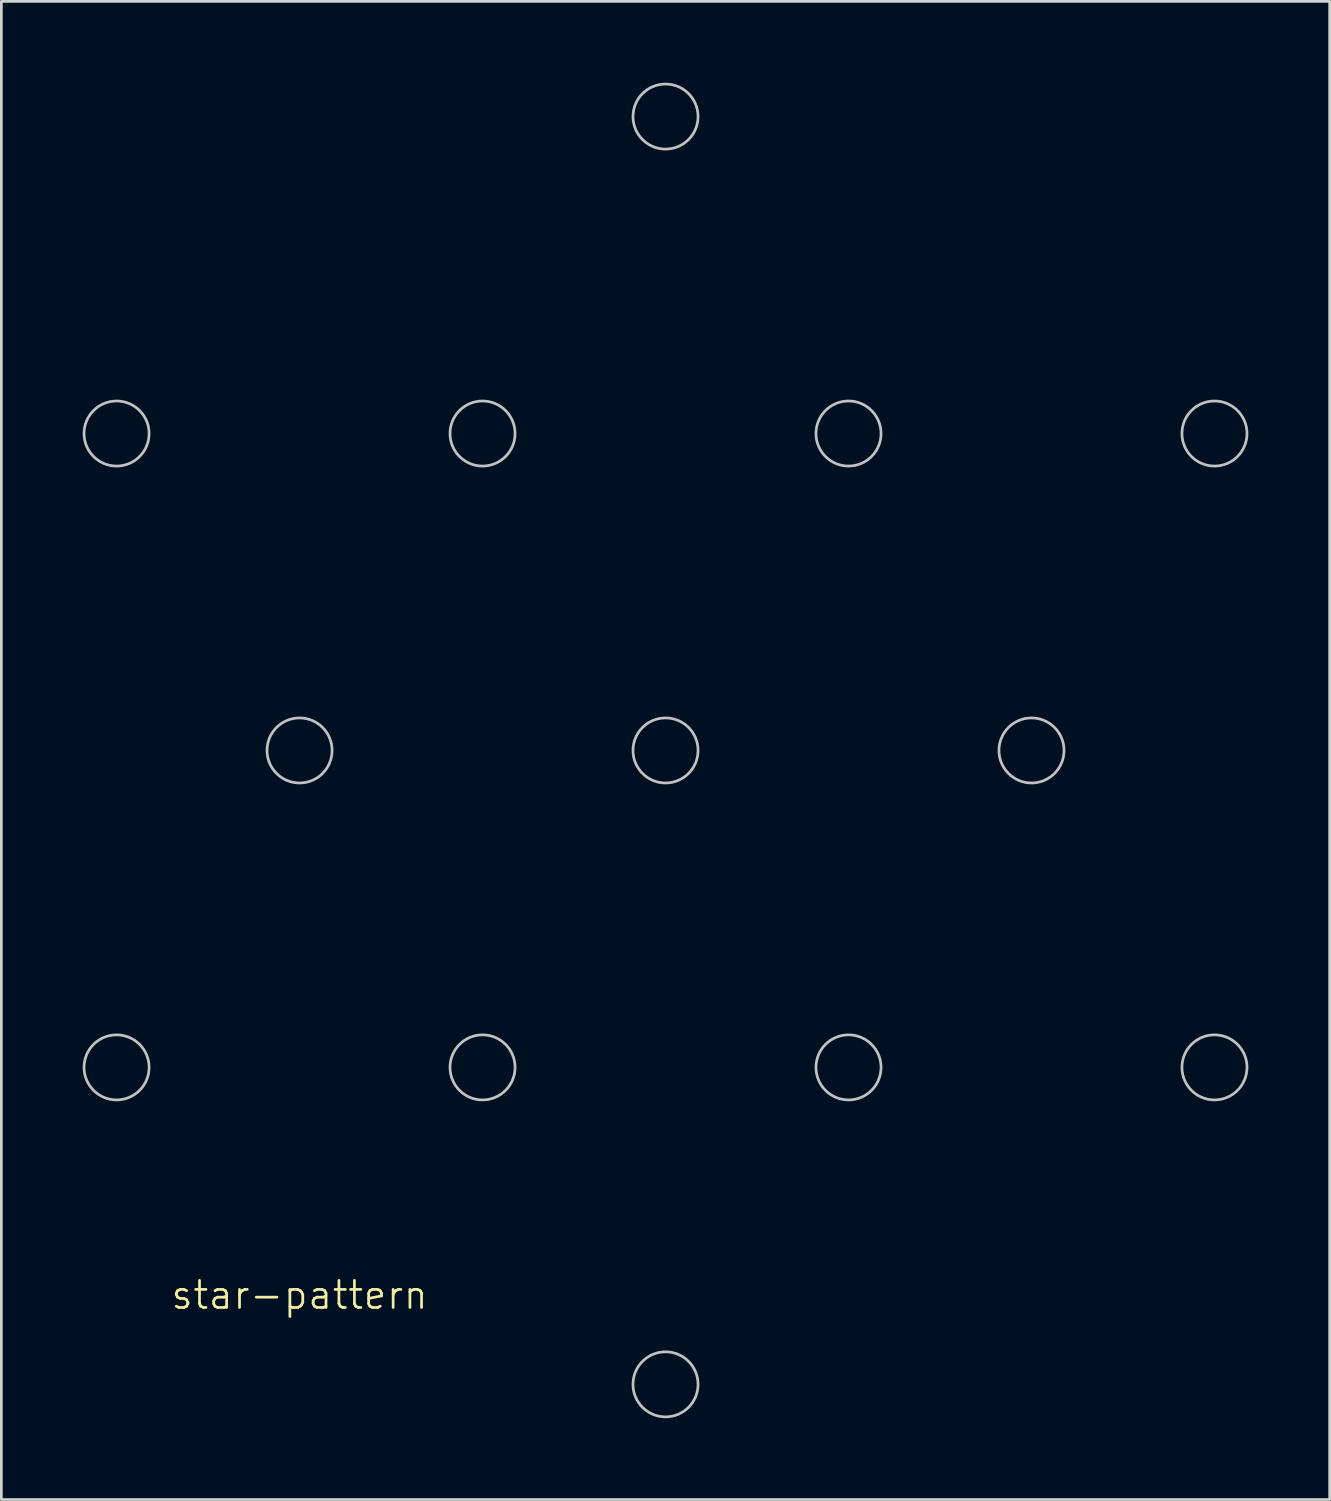
<source format=kicad_pcb>
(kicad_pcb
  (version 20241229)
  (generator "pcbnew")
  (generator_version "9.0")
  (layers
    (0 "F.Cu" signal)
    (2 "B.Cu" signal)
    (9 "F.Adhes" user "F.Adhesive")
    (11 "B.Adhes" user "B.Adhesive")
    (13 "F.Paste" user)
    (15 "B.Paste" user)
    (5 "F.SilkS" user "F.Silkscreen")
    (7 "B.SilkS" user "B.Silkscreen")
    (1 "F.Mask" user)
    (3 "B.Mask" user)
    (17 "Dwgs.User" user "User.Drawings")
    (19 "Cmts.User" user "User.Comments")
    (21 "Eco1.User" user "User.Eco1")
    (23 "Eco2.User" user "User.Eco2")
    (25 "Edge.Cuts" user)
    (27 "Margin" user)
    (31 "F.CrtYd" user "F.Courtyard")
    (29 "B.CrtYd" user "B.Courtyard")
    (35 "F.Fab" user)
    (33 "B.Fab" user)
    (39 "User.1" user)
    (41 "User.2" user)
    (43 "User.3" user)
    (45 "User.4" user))
  (footprint "star-pattern"
    (layer "F.Cu")
    (at 21.5 24.633)
    (property "Reference" "star-pattern" (at -13.5 20.09 0) (unlocked yes) (layer "F.SilkS") (effects (font (size 1 1) (thickness 0.1))))
    (fp_circle (center -20.25 -11.691) (end -19.05 -11.691) (stroke (width 0.1) (type default)) (fill no) (layer "Dwgs.User"))
    (fp_circle (center -20.25 11.691) (end -19.05 11.691) (stroke (width 0.1) (type default)) (fill no) (layer "Dwgs.User"))
    (fp_circle (center -13.5 0) (end -12.3 0) (stroke (width 0.1) (type default)) (fill no) (layer "Dwgs.User"))
    (fp_circle (center -6.75 -11.691) (end -5.55 -11.691) (stroke (width 0.1) (type default)) (fill no) (layer "Dwgs.User"))
    (fp_circle (center -6.75 11.691) (end -5.55 11.691) (stroke (width 0.1) (type default)) (fill no) (layer "Dwgs.User"))
    (fp_circle (center 0 -23.383) (end 1.2 -23.383) (stroke (width 0.1) (type default)) (fill no) (layer "Dwgs.User"))
    (fp_circle (center 0 0) (end 1.2 0) (stroke (width 0.1) (type default)) (fill no) (layer "Dwgs.User"))
    (fp_circle (center 0 23.383) (end -1.2 23.383) (stroke (width 0.1) (type default)) (fill no) (layer "Dwgs.User"))
    (fp_circle (center 6.75 -11.691) (end 7.95 -11.691) (stroke (width 0.1) (type default)) (fill no) (layer "Dwgs.User"))
    (fp_circle (center 6.75 11.691) (end 7.95 11.691) (stroke (width 0.1) (type default)) (fill no) (layer "Dwgs.User"))
    (fp_circle (center 13.5 0) (end 14.7 0) (stroke (width 0.1) (type default)) (fill no) (layer "Dwgs.User"))
    (fp_circle (center 20.25 -11.691) (end 21.45 -11.691) (stroke (width 0.1) (type default)) (fill no) (layer "Dwgs.User"))
    (fp_circle (center 20.25 11.691) (end 21.45 11.691) (stroke (width 0.1) (type default)) (fill no) (layer "Dwgs.User")))
  (gr_rect
    (start -3 -3)
    (end 46 52.265)
    (stroke (width 0.1) (type default))
    (fill no)
    (layer "Edge.Cuts")))
</source>
